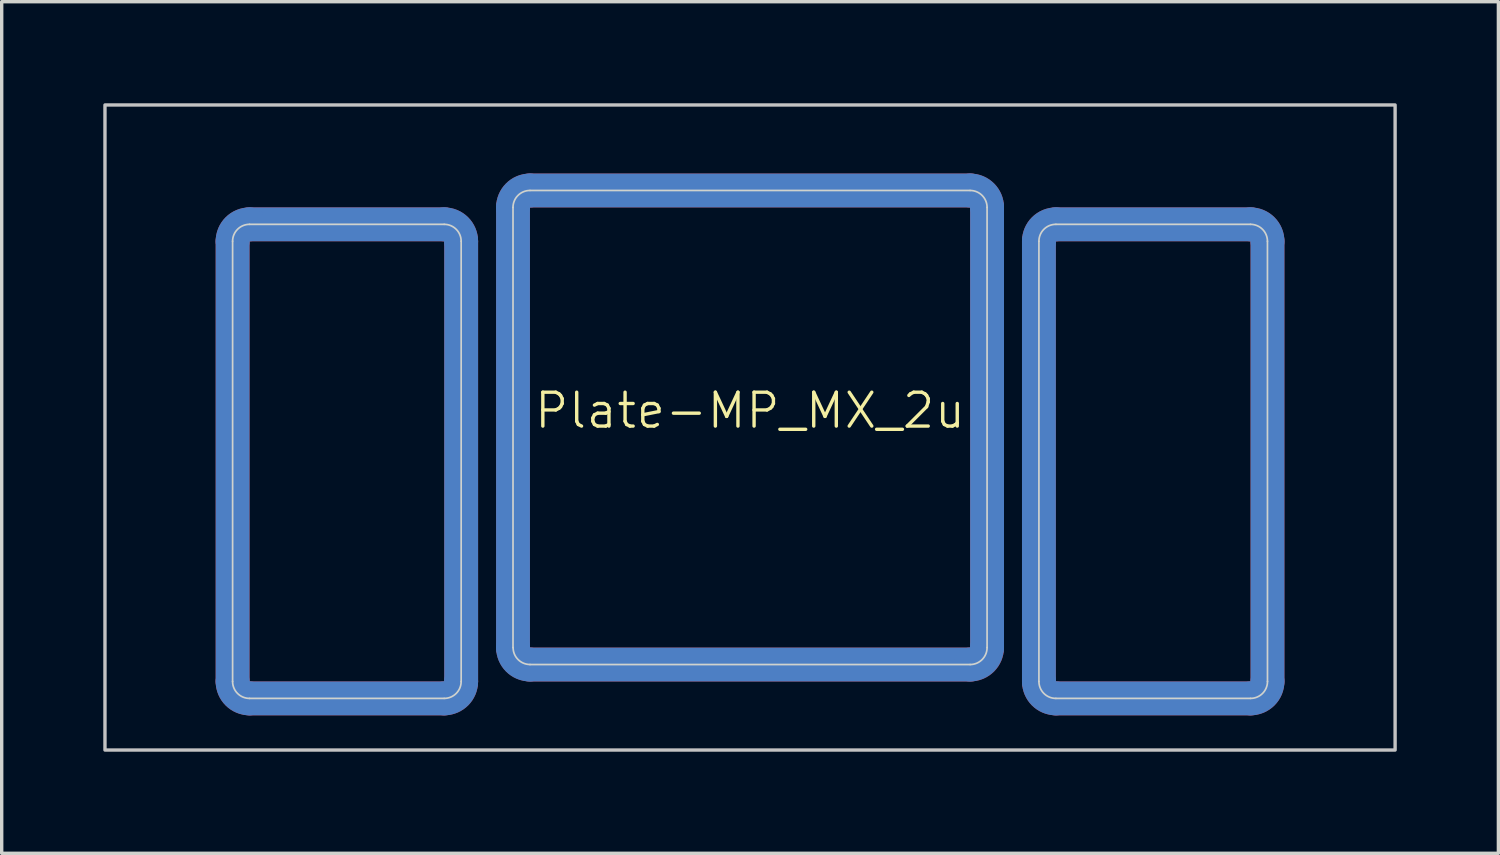
<source format=kicad_pcb>
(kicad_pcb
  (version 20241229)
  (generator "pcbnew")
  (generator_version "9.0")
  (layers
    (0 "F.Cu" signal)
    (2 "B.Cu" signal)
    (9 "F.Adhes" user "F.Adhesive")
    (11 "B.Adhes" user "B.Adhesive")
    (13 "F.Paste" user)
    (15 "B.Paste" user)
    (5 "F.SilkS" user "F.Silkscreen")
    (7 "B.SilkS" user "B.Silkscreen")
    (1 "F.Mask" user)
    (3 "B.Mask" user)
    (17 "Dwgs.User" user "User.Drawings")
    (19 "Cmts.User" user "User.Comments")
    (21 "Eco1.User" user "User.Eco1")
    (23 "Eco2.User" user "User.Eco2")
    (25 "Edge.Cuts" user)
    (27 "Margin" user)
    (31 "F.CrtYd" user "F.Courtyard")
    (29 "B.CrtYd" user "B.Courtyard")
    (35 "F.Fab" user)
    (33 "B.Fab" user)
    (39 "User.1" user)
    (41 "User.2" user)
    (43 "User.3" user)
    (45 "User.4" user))
  (footprint "Plate-MP_MX_2u"
    (layer "F.Cu")
    (at 19.1 9.575)
    (property "Reference" "Plate-MP_MX_2u" (at 0 -0.5 0) (unlocked yes) (layer "F.SilkS") (effects (font (size 1 1) (thickness 0.1))))
    (attr exclude_from_pos_files exclude_from_bom allow_missing_courtyard)
    (fp_line (start -15.281 -5.5) (end -15.281 7.5) (stroke (width 1) (type solid)) (layer "F.Cu"))
    (fp_line (start -9.031 -6) (end -14.781 -6) (stroke (width 1) (type solid)) (layer "F.Cu"))
    (fp_line (start -9.031 8) (end -14.781 8) (stroke (width 1) (type solid)) (layer "F.Cu"))
    (fp_line (start -8.531 -5.5) (end -8.531 7.5) (stroke (width 1) (type solid)) (layer "F.Cu"))
    (fp_line (start -7 -6.5) (end -7 6.5) (stroke (width 1) (type solid)) (layer "F.Cu"))
    (fp_line (start -6.5 7) (end 6.5 7) (stroke (width 1) (type solid)) (layer "F.Cu"))
    (fp_line (start 6.5 -7) (end -6.5 -7) (stroke (width 1) (type solid)) (layer "F.Cu"))
    (fp_line (start 7 6.5) (end 7 -6.5) (stroke (width 1) (type solid)) (layer "F.Cu"))
    (fp_line (start 8.531 -5.5) (end 8.531 7.5) (stroke (width 1) (type solid)) (layer "F.Cu"))
    (fp_line (start 14.781 -6) (end 9.031 -6) (stroke (width 1) (type solid)) (layer "F.Cu"))
    (fp_line (start 14.781 8) (end 9.031 8) (stroke (width 1) (type solid)) (layer "F.Cu"))
    (fp_line (start 15.281 -5.5) (end 15.281 7.5) (stroke (width 1) (type solid)) (layer "F.Cu"))
    (fp_arc (start -15.28125 -5.499999) (mid -15.134803 -5.853552) (end -14.78125 -5.999999) (stroke (width 1) (type solid)) (layer "F.Cu"))
    (fp_arc (start -14.78125 8.000001) (mid -15.134804 7.853555) (end -15.28125 7.500001) (stroke (width 1) (type solid)) (layer "F.Cu"))
    (fp_arc (start -9.03125 -5.999999) (mid -8.677697 -5.853552) (end -8.53125 -5.499999) (stroke (width 1) (type solid)) (layer "F.Cu"))
    (fp_arc (start -8.53125 7.500001) (mid -8.677697 7.853554) (end -9.03125 8.000001) (stroke (width 1) (type solid)) (layer "F.Cu"))
    (fp_arc (start -7 -6.5) (mid -6.853554 -6.853554) (end -6.5 -7) (stroke (width 1) (type solid)) (layer "F.Cu"))
    (fp_arc (start -6.497236 6.998884) (mid -6.85079 6.852438) (end -6.997236 6.498884) (stroke (width 1) (type solid)) (layer "F.Cu"))
    (fp_arc (start 6.5 -7) (mid 6.853554 -6.853554) (end 7 -6.5) (stroke (width 1) (type solid)) (layer "F.Cu"))
    (fp_arc (start 7 6.5) (mid 6.853554 6.853554) (end 6.5 7) (stroke (width 1) (type solid)) (layer "F.Cu"))
    (fp_arc (start 8.53125 -5.499999) (mid 8.677697 -5.853552) (end 9.03125 -5.999999) (stroke (width 1) (type solid)) (layer "F.Cu"))
    (fp_arc (start 9.03125 8.000001) (mid 8.677696 7.853555) (end 8.53125 7.500001) (stroke (width 1) (type solid)) (layer "F.Cu"))
    (fp_arc (start 14.78125 -5.999999) (mid 15.134803 -5.853552) (end 15.28125 -5.499999) (stroke (width 1) (type solid)) (layer "F.Cu"))
    (fp_arc (start 15.28125 7.500001) (mid 15.134803 7.853554) (end 14.78125 8.000001) (stroke (width 1) (type solid)) (layer "F.Cu"))
    (fp_line (start -15.281 -5.5) (end -15.281 7.5) (stroke (width 1.1) (type solid)) (layer "F.Mask"))
    (fp_line (start -14.781 -6) (end -9.031 -6) (stroke (width 1.1) (type solid)) (layer "F.Mask"))
    (fp_line (start -14.781 8) (end -9.031 8) (stroke (width 1.1) (type solid)) (layer "F.Mask"))
    (fp_line (start -8.531 -5.5) (end -8.531 7.5) (stroke (width 1.1) (type solid)) (layer "F.Mask"))
    (fp_line (start -7 -6.5) (end -7 6.5) (stroke (width 1.1) (type solid)) (layer "F.Mask"))
    (fp_line (start -6.5 7) (end 6.5 7) (stroke (width 1.1) (type solid)) (layer "F.Mask"))
    (fp_line (start 6.5 -7) (end -6.5 -7) (stroke (width 1.1) (type solid)) (layer "F.Mask"))
    (fp_line (start 7 6.5) (end 7 -6.5) (stroke (width 1.1) (type solid)) (layer "F.Mask"))
    (fp_line (start 8.531 -5.5) (end 8.531 7.5) (stroke (width 1.1) (type solid)) (layer "F.Mask"))
    (fp_line (start 9.031 -6) (end 14.781 -6) (stroke (width 1.1) (type solid)) (layer "F.Mask"))
    (fp_line (start 9.031 8) (end 14.781 8) (stroke (width 1.1) (type solid)) (layer "F.Mask"))
    (fp_line (start 15.281 -5.5) (end 15.281 7.5) (stroke (width 1.1) (type solid)) (layer "F.Mask"))
    (fp_arc (start -15.28125 -5.499999) (mid -15.134803 -5.853552) (end -14.78125 -5.999999) (stroke (width 1.1) (type solid)) (layer "F.Mask"))
    (fp_arc (start -14.78125 8.000001) (mid -15.134803 7.853554) (end -15.28125 7.500001) (stroke (width 1.1) (type solid)) (layer "F.Mask"))
    (fp_arc (start -9.03125 -5.999999) (mid -8.677696 -5.853553) (end -8.53125 -5.499999) (stroke (width 1.1) (type solid)) (layer "F.Mask"))
    (fp_arc (start -8.53125 7.500001) (mid -8.677696 7.853555) (end -9.03125 8.000001) (stroke (width 1.1) (type solid)) (layer "F.Mask"))
    (fp_arc (start -7 -6.5) (mid -6.853554 -6.853554) (end -6.5 -7) (stroke (width 1.1) (type solid)) (layer "F.Mask"))
    (fp_arc (start -6.497236 6.998884) (mid -6.85079 6.852438) (end -6.997236 6.498884) (stroke (width 1.1) (type solid)) (layer "F.Mask"))
    (fp_arc (start 6.5 -7) (mid 6.853554 -6.853554) (end 7 -6.5) (stroke (width 1.1) (type solid)) (layer "F.Mask"))
    (fp_arc (start 7 6.5) (mid 6.853554 6.853554) (end 6.5 7) (stroke (width 1.1) (type solid)) (layer "F.Mask"))
    (fp_arc (start 8.53125 -5.499999) (mid 8.677697 -5.853552) (end 9.03125 -5.999999) (stroke (width 1.1) (type solid)) (layer "F.Mask"))
    (fp_arc (start 9.03125 8.000001) (mid 8.677697 7.853554) (end 8.53125 7.500001) (stroke (width 1.1) (type solid)) (layer "F.Mask"))
    (fp_arc (start 14.78125 -5.999999) (mid 15.134803 -5.853552) (end 15.28125 -5.499999) (stroke (width 1.1) (type solid)) (layer "F.Mask"))
    (fp_arc (start 15.28125 7.500001) (mid 15.134803 7.853554) (end 14.78125 8.000001) (stroke (width 1.1) (type solid)) (layer "F.Mask"))
    (fp_line (start -15.281 -5.5) (end -15.281 7.5) (stroke (width 1) (type solid)) (layer "B.Cu"))
    (fp_line (start -14.781 -6) (end -9.031 -6) (stroke (width 1) (type solid)) (layer "B.Cu"))
    (fp_line (start -14.781 8) (end -9.031 8) (stroke (width 1) (type solid)) (layer "B.Cu"))
    (fp_line (start -8.531 -5.5) (end -8.531 7.5) (stroke (width 1) (type solid)) (layer "B.Cu"))
    (fp_line (start -7 6.5) (end -7 -6.5) (stroke (width 1) (type solid)) (layer "B.Cu"))
    (fp_line (start -6.5 -7) (end 6.5 -7) (stroke (width 1) (type solid)) (layer "B.Cu"))
    (fp_line (start 6.5 7) (end -6.5 7) (stroke (width 1) (type solid)) (layer "B.Cu"))
    (fp_line (start 7 -6.5) (end 7 6.5) (stroke (width 1) (type solid)) (layer "B.Cu"))
    (fp_line (start 8.531 -5.5) (end 8.531 7.5) (stroke (width 1) (type solid)) (layer "B.Cu"))
    (fp_line (start 9.031 -6) (end 14.781 -6) (stroke (width 1) (type solid)) (layer "B.Cu"))
    (fp_line (start 9.031 8) (end 14.781 8) (stroke (width 1) (type solid)) (layer "B.Cu"))
    (fp_line (start 15.281 -5.5) (end 15.281 7.5) (stroke (width 1) (type solid)) (layer "B.Cu"))
    (fp_arc (start -15.28125 -5.499999) (mid -15.134803 -5.853552) (end -14.78125 -5.999999) (stroke (width 1) (type solid)) (layer "B.Cu"))
    (fp_arc (start -14.78125 8.000001) (mid -15.134803 7.853554) (end -15.28125 7.500001) (stroke (width 1) (type solid)) (layer "B.Cu"))
    (fp_arc (start -9.03125 -5.999999) (mid -8.677697 -5.853552) (end -8.53125 -5.499999) (stroke (width 1) (type solid)) (layer "B.Cu"))
    (fp_arc (start -8.53125 7.500001) (mid -8.677697 7.853554) (end -9.03125 8.000001) (stroke (width 1) (type solid)) (layer "B.Cu"))
    (fp_arc (start -7 -6.5) (mid -6.853553 -6.853553) (end -6.5 -7) (stroke (width 1) (type solid)) (layer "B.Cu"))
    (fp_arc (start -6.5 7) (mid -6.853553 6.853553) (end -7 6.5) (stroke (width 1) (type solid)) (layer "B.Cu"))
    (fp_arc (start 6.5 -7) (mid 6.853554 -6.853554) (end 7 -6.5) (stroke (width 1) (type solid)) (layer "B.Cu"))
    (fp_arc (start 6.997236 6.498884) (mid 6.85079 6.852438) (end 6.497236 6.998884) (stroke (width 1) (type solid)) (layer "B.Cu"))
    (fp_arc (start 8.53125 -5.499999) (mid 8.677697 -5.853552) (end 9.03125 -5.999999) (stroke (width 1) (type solid)) (layer "B.Cu"))
    (fp_arc (start 9.03125 8.000001) (mid 8.677697 7.853554) (end 8.53125 7.500001) (stroke (width 1) (type solid)) (layer "B.Cu"))
    (fp_arc (start 14.78125 -5.999999) (mid 15.134803 -5.853552) (end 15.28125 -5.499999) (stroke (width 1) (type solid)) (layer "B.Cu"))
    (fp_arc (start 15.28125 7.500001) (mid 15.134803 7.853554) (end 14.78125 8.000001) (stroke (width 1) (type solid)) (layer "B.Cu"))
    (fp_line (start -15.281 -5.5) (end -15.281 7.5) (stroke (width 1.1) (type solid)) (layer "B.Mask"))
    (fp_line (start -9.031 -6) (end -14.781 -6) (stroke (width 1.1) (type solid)) (layer "B.Mask"))
    (fp_line (start -9.031 8) (end -14.781 8) (stroke (width 1.1) (type solid)) (layer "B.Mask"))
    (fp_line (start -8.531 -5.5) (end -8.531 7.5) (stroke (width 1.1) (type solid)) (layer "B.Mask"))
    (fp_line (start -7 6.5) (end -7 -6.5) (stroke (width 1.1) (type solid)) (layer "B.Mask"))
    (fp_line (start -6.5 -7) (end 6.5 -7) (stroke (width 1.1) (type solid)) (layer "B.Mask"))
    (fp_line (start 6.5 7) (end -6.5 7) (stroke (width 1.1) (type solid)) (layer "B.Mask"))
    (fp_line (start 7 -6.5) (end 7 6.5) (stroke (width 1.1) (type solid)) (layer "B.Mask"))
    (fp_line (start 8.531 -5.5) (end 8.531 7.5) (stroke (width 1.1) (type solid)) (layer "B.Mask"))
    (fp_line (start 14.781 -6) (end 9.031 -6) (stroke (width 1.1) (type solid)) (layer "B.Mask"))
    (fp_line (start 14.781 8) (end 9.031 8) (stroke (width 1.1) (type solid)) (layer "B.Mask"))
    (fp_line (start 15.281 -5.5) (end 15.281 7.5) (stroke (width 1.1) (type solid)) (layer "B.Mask"))
    (fp_arc (start -15.28125 -5.499999) (mid -15.134803 -5.853552) (end -14.78125 -5.999999) (stroke (width 1.1) (type solid)) (layer "B.Mask"))
    (fp_arc (start -14.78125 8.000001) (mid -15.134803 7.853554) (end -15.28125 7.500001) (stroke (width 1.1) (type solid)) (layer "B.Mask"))
    (fp_arc (start -9.03125 -5.999999) (mid -8.677697 -5.853552) (end -8.53125 -5.499999) (stroke (width 1.1) (type solid)) (layer "B.Mask"))
    (fp_arc (start -8.53125 7.500001) (mid -8.677697 7.853554) (end -9.03125 8.000001) (stroke (width 1.1) (type solid)) (layer "B.Mask"))
    (fp_arc (start -7 -6.5) (mid -6.853553 -6.853553) (end -6.5 -7) (stroke (width 1.1) (type solid)) (layer "B.Mask"))
    (fp_arc (start -6.5 7) (mid -6.853553 6.853553) (end -7 6.5) (stroke (width 1.1) (type solid)) (layer "B.Mask"))
    (fp_arc (start 6.5 -7) (mid 6.853554 -6.853554) (end 7 -6.5) (stroke (width 1.1) (type solid)) (layer "B.Mask"))
    (fp_arc (start 6.997236 6.498884) (mid 6.85079 6.852438) (end 6.497236 6.998884) (stroke (width 1.1) (type solid)) (layer "B.Mask"))
    (fp_arc (start 8.53125 -5.499999) (mid 8.677697 -5.853552) (end 9.03125 -5.999999) (stroke (width 1.1) (type solid)) (layer "B.Mask"))
    (fp_arc (start 9.03125 8.000001) (mid 8.677697 7.853554) (end 8.53125 7.500001) (stroke (width 1.1) (type solid)) (layer "B.Mask"))
    (fp_arc (start 14.78125 -5.999999) (mid 15.134803 -5.853552) (end 15.28125 -5.499999) (stroke (width 1.1) (type solid)) (layer "B.Mask"))
    (fp_arc (start 15.28125 7.500001) (mid 15.134803 7.853554) (end 14.78125 8.000001) (stroke (width 1.1) (type solid)) (layer "B.Mask"))
    (fp_rect (start -19.05 -9.525) (end 19.05 9.525) (stroke (width 0.1) (type solid)) (fill no) (layer "Dwgs.User"))
    (fp_line (start -15.281 -5.5) (end -15.281 7.5) (stroke (width 0.05) (type solid)) (layer "Edge.Cuts"))
    (fp_line (start -14.781 -6) (end -9.031 -6) (stroke (width 0.05) (type solid)) (layer "Edge.Cuts"))
    (fp_line (start -14.781 8) (end -9.031 8) (stroke (width 0.05) (type solid)) (layer "Edge.Cuts"))
    (fp_line (start -8.531 -5.5) (end -8.531 7.5) (stroke (width 0.05) (type solid)) (layer "Edge.Cuts"))
    (fp_line (start -7 -6.5) (end -7 6.5) (stroke (width 0.05) (type solid)) (layer "Edge.Cuts"))
    (fp_line (start -6.5 7) (end 6.5 7) (stroke (width 0.05) (type solid)) (layer "Edge.Cuts"))
    (fp_line (start 6.5 -7) (end -6.5 -7) (stroke (width 0.05) (type solid)) (layer "Edge.Cuts"))
    (fp_line (start 7 6.5) (end 7 -6.5) (stroke (width 0.05) (type solid)) (layer "Edge.Cuts"))
    (fp_line (start 8.531 -5.5) (end 8.531 7.5) (stroke (width 0.05) (type solid)) (layer "Edge.Cuts"))
    (fp_line (start 9.031 -6) (end 14.78 -6) (stroke (width 0.05) (type solid)) (layer "Edge.Cuts"))
    (fp_line (start 9.031 8) (end 14.781 8) (stroke (width 0.05) (type solid)) (layer "Edge.Cuts"))
    (fp_line (start 15.28 -5.5) (end 15.281 7.5) (stroke (width 0.05) (type solid)) (layer "Edge.Cuts"))
    (fp_arc (start -15.28125 -5.499999) (mid -15.134803 -5.853552) (end -14.78125 -5.999999) (stroke (width 0.05) (type solid)) (layer "Edge.Cuts"))
    (fp_arc (start -14.78125 8.000001) (mid -15.134803 7.853554) (end -15.28125 7.500001) (stroke (width 0.05) (type solid)) (layer "Edge.Cuts"))
    (fp_arc (start -9.03125 -5.999999) (mid -8.677697 -5.853552) (end -8.53125 -5.499999) (stroke (width 0.05) (type solid)) (layer "Edge.Cuts"))
    (fp_arc (start -8.53125 7.500001) (mid -8.677697 7.853554) (end -9.03125 8.000001) (stroke (width 0.05) (type solid)) (layer "Edge.Cuts"))
    (fp_arc (start -7 -6.5) (mid -6.853553 -6.853553) (end -6.5 -7) (stroke (width 0.05) (type solid)) (layer "Edge.Cuts"))
    (fp_arc (start -6.497236 6.998884) (mid -6.850789 6.852437) (end -6.997236 6.498884) (stroke (width 0.05) (type solid)) (layer "Edge.Cuts"))
    (fp_arc (start 6.5 -7) (mid 6.853554 -6.853554) (end 7 -6.5) (stroke (width 0.05) (type solid)) (layer "Edge.Cuts"))
    (fp_arc (start 7 6.5) (mid 6.853554 6.853554) (end 6.5 7) (stroke (width 0.05) (type solid)) (layer "Edge.Cuts"))
    (fp_arc (start 8.53125 -5.499999) (mid 8.677697 -5.853552) (end 9.03125 -5.999999) (stroke (width 0.05) (type solid)) (layer "Edge.Cuts"))
    (fp_arc (start 9.03125 8.000001) (mid 8.677697 7.853554) (end 8.53125 7.500001) (stroke (width 0.05) (type solid)) (layer "Edge.Cuts"))
    (fp_arc (start 14.780039 -5.999999) (mid 15.133592 -5.853552) (end 15.280039 -5.499999) (stroke (width 0.05) (type solid)) (layer "Edge.Cuts"))
    (fp_arc (start 15.28125 7.500001) (mid 15.134803 7.853554) (end 14.78125 8.000001) (stroke (width 0.05) (type solid)) (layer "Edge.Cuts")))
  (gr_rect
    (start -3 -3)
    (end 41.2 22.15)
    (stroke (width 0.1) (type default))
    (fill no)
    (layer "Edge.Cuts")))
</source>
